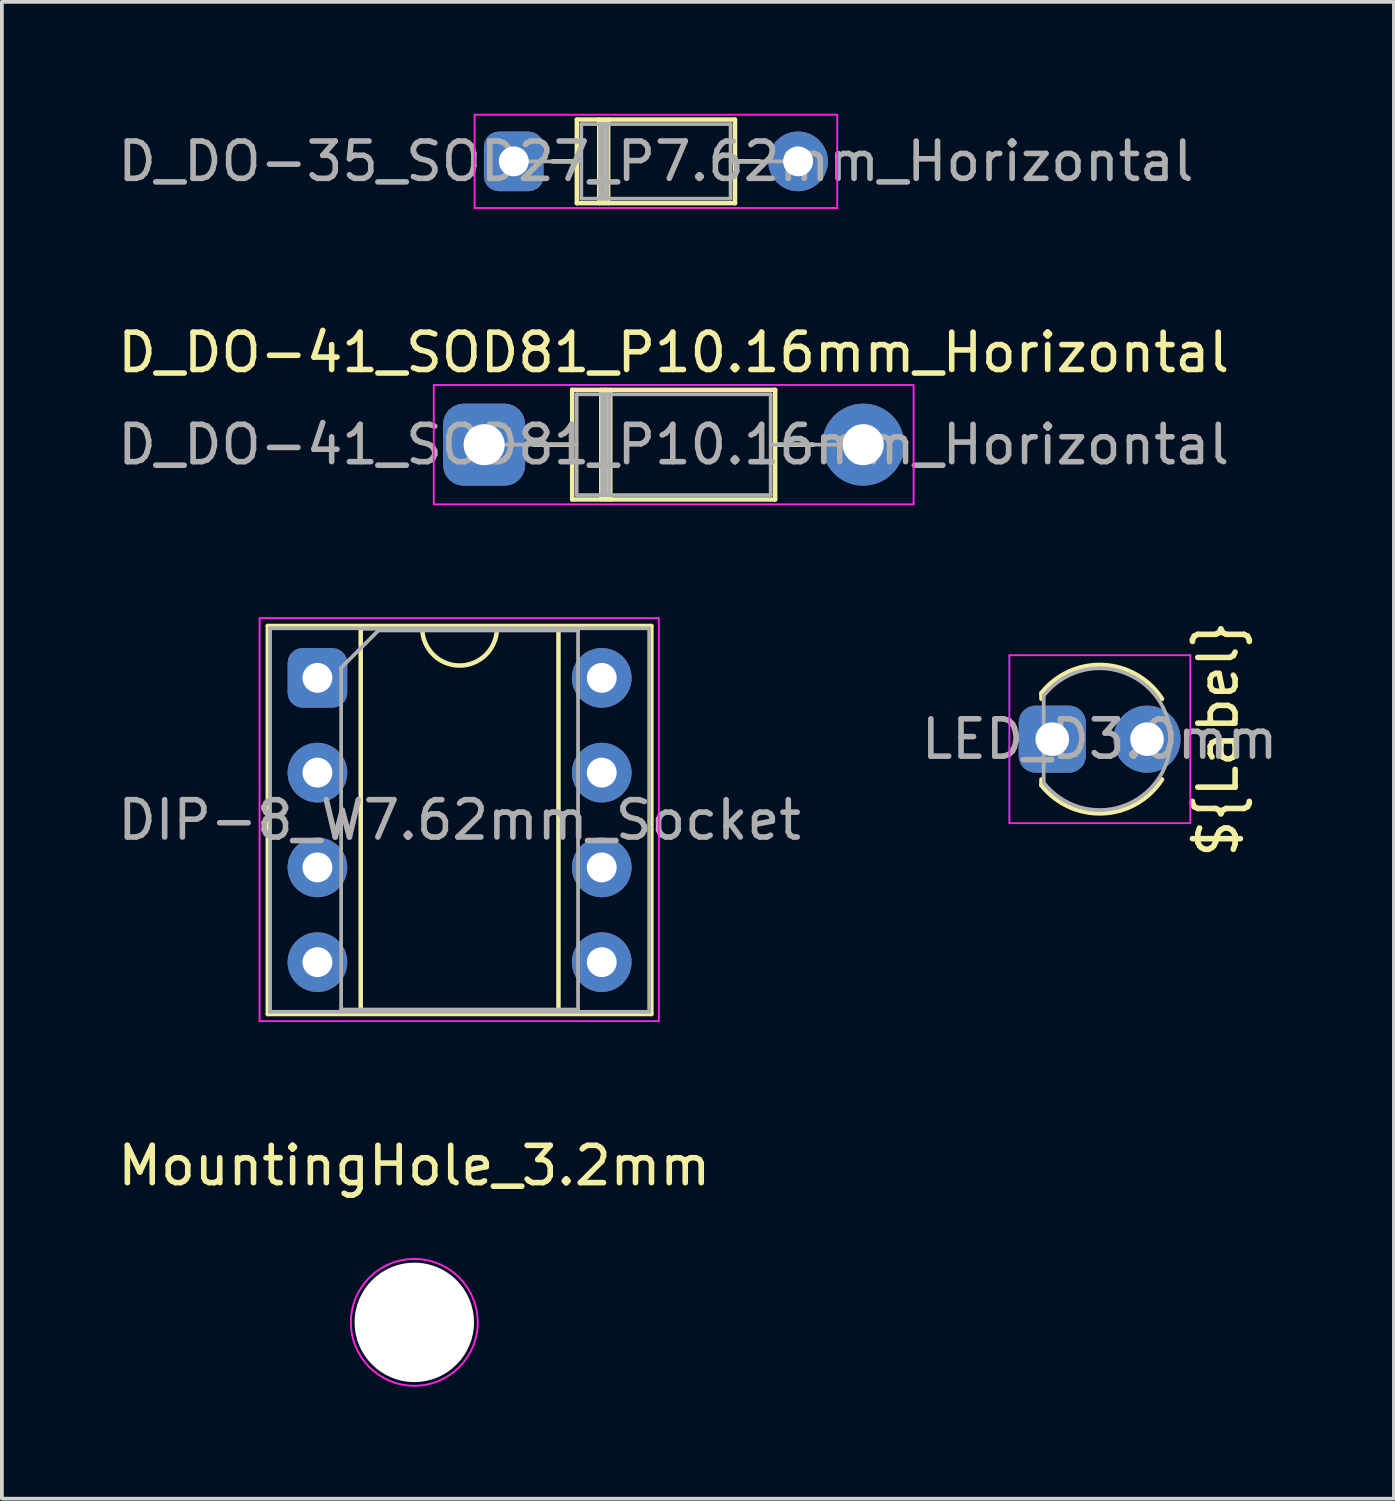
<source format=kicad_pcb>
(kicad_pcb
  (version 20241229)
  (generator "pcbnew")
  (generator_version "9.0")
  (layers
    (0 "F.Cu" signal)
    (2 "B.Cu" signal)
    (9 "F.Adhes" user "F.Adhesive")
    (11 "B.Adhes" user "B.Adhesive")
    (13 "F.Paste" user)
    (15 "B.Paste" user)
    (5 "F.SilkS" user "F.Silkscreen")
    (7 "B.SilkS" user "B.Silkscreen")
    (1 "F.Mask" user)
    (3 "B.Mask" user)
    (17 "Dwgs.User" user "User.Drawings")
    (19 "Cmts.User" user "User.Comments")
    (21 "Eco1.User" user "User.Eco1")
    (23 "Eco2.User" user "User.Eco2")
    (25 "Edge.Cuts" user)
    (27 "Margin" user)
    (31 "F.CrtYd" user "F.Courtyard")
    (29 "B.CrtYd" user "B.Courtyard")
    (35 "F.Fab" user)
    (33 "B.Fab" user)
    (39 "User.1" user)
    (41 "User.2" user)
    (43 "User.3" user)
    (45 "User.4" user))
  (footprint "DIP-8_W7.62mm_Socket"
    (layer "F.Cu")
    (at 5.458 15.118)
    (property "Reference" "DIP-8_W7.62mm_Socket" (at 3.81 3.81 0) (layer "F.Fab") (effects (font (size 1 1) (thickness 0.15))))
    (attr through_hole)
    (fp_line (start -1.33 -1.39) (end -1.33 9.01) (stroke (width 0.12) (type solid)) (layer "F.SilkS"))
    (fp_line (start -1.33 9.01) (end 8.95 9.01) (stroke (width 0.12) (type solid)) (layer "F.SilkS"))
    (fp_line (start 1.16 -1.33) (end 1.16 8.95) (stroke (width 0.12) (type solid)) (layer "F.SilkS"))
    (fp_line (start 1.16 8.95) (end 6.46 8.95) (stroke (width 0.12) (type solid)) (layer "F.SilkS"))
    (fp_line (start 2.81 -1.33) (end 1.16 -1.33) (stroke (width 0.12) (type solid)) (layer "F.SilkS"))
    (fp_line (start 6.46 -1.33) (end 4.81 -1.33) (stroke (width 0.12) (type solid)) (layer "F.SilkS"))
    (fp_line (start 6.46 8.95) (end 6.46 -1.33) (stroke (width 0.12) (type solid)) (layer "F.SilkS"))
    (fp_line (start 8.95 -1.39) (end -1.33 -1.39) (stroke (width 0.12) (type solid)) (layer "F.SilkS"))
    (fp_line (start 8.95 9.01) (end 8.95 -1.39) (stroke (width 0.12) (type solid)) (layer "F.SilkS"))
    (fp_arc (start 4.81 -1.33) (mid 3.81 -0.33) (end 2.81 -1.33) (stroke (width 0.12) (type solid)) (layer "F.SilkS"))
    (fp_line (start -1.55 -1.6) (end -1.55 9.2) (stroke (width 0.05) (type solid)) (layer "F.CrtYd"))
    (fp_line (start -1.55 9.2) (end 9.15 9.2) (stroke (width 0.05) (type solid)) (layer "F.CrtYd"))
    (fp_line (start 9.15 -1.6) (end -1.55 -1.6) (stroke (width 0.05) (type solid)) (layer "F.CrtYd"))
    (fp_line (start 9.15 9.2) (end 9.15 -1.6) (stroke (width 0.05) (type solid)) (layer "F.CrtYd"))
    (fp_line (start -1.27 -1.33) (end -1.27 8.95) (stroke (width 0.1) (type solid)) (layer "F.Fab"))
    (fp_line (start -1.27 8.95) (end 8.89 8.95) (stroke (width 0.1) (type solid)) (layer "F.Fab"))
    (fp_line (start 0.635 -0.27) (end 1.635 -1.27) (stroke (width 0.1) (type solid)) (layer "F.Fab"))
    (fp_line (start 0.635 8.89) (end 0.635 -0.27) (stroke (width 0.1) (type solid)) (layer "F.Fab"))
    (fp_line (start 1.635 -1.27) (end 6.985 -1.27) (stroke (width 0.1) (type solid)) (layer "F.Fab"))
    (fp_line (start 6.985 -1.27) (end 6.985 8.89) (stroke (width 0.1) (type solid)) (layer "F.Fab"))
    (fp_line (start 6.985 8.89) (end 0.635 8.89) (stroke (width 0.1) (type solid)) (layer "F.Fab"))
    (fp_line (start 8.89 -1.33) (end -1.27 -1.33) (stroke (width 0.1) (type solid)) (layer "F.Fab"))
    (fp_line (start 8.89 8.95) (end 8.89 -1.33) (stroke (width 0.1) (type solid)) (layer "F.Fab"))
    (pad "1" thru_hole roundrect (at 0 0) (size 1.6 1.6) (drill 0.8) (layers "*.Cu" "*.Mask") (roundrect_rratio 0.25))
    (pad "2" thru_hole oval (at 0 2.54) (size 1.6 1.6) (drill 0.8) (layers "*.Cu" "*.Mask"))
    (pad "3" thru_hole oval (at 0 5.08) (size 1.6 1.6) (drill 0.8) (layers "*.Cu" "*.Mask"))
    (pad "4" thru_hole oval (at 0 7.62) (size 1.6 1.6) (drill 0.8) (layers "*.Cu" "*.Mask"))
    (pad "5" thru_hole oval (at 7.62 7.62) (size 1.6 1.6) (drill 0.8) (layers "*.Cu" "*.Mask"))
    (pad "6" thru_hole oval (at 7.62 5.08) (size 1.6 1.6) (drill 0.8) (layers "*.Cu" "*.Mask"))
    (pad "7" thru_hole oval (at 7.62 2.54) (size 1.6 1.6) (drill 0.8) (layers "*.Cu" "*.Mask"))
    (pad "8" thru_hole oval (at 7.62 0) (size 1.6 1.6) (drill 0.8) (layers "*.Cu" "*.Mask")))
  (footprint "D_DO-41_SOD81_P10.16mm_Horizontal"
    (layer "F.Cu")
    (at 9.926 8.868)
    (property "Reference" "D_DO-41_SOD81_P10.16mm_Horizontal" (at 5.08 -2.47 0) (layer "F.SilkS") (effects (font (size 1 1) (thickness 0.15))))
    (attr through_hole)
    (fp_line (start 1.34 0) (end 2.36 0) (stroke (width 0.12) (type solid)) (layer "F.SilkS"))
    (fp_line (start 2.36 -1.47) (end 2.36 1.47) (stroke (width 0.12) (type solid)) (layer "F.SilkS"))
    (fp_line (start 2.36 1.47) (end 7.8 1.47) (stroke (width 0.12) (type solid)) (layer "F.SilkS"))
    (fp_line (start 3.14 -1.47) (end 3.14 1.47) (stroke (width 0.12) (type solid)) (layer "F.SilkS"))
    (fp_line (start 3.26 -1.47) (end 3.26 1.47) (stroke (width 0.12) (type solid)) (layer "F.SilkS"))
    (fp_line (start 3.38 -1.47) (end 3.38 1.47) (stroke (width 0.12) (type solid)) (layer "F.SilkS"))
    (fp_line (start 7.8 -1.47) (end 2.36 -1.47) (stroke (width 0.12) (type solid)) (layer "F.SilkS"))
    (fp_line (start 7.8 1.47) (end 7.8 -1.47) (stroke (width 0.12) (type solid)) (layer "F.SilkS"))
    (fp_line (start 8.82 0) (end 7.8 0) (stroke (width 0.12) (type solid)) (layer "F.SilkS"))
    (fp_line (start -1.35 -1.6) (end -1.35 1.6) (stroke (width 0.05) (type solid)) (layer "F.CrtYd"))
    (fp_line (start -1.35 1.6) (end 11.51 1.6) (stroke (width 0.05) (type solid)) (layer "F.CrtYd"))
    (fp_line (start 11.51 -1.6) (end -1.35 -1.6) (stroke (width 0.05) (type solid)) (layer "F.CrtYd"))
    (fp_line (start 11.51 1.6) (end 11.51 -1.6) (stroke (width 0.05) (type solid)) (layer "F.CrtYd"))
    (fp_line (start 0 0) (end 2.48 0) (stroke (width 0.1) (type solid)) (layer "F.Fab"))
    (fp_line (start 2.48 -1.35) (end 2.48 1.35) (stroke (width 0.1) (type solid)) (layer "F.Fab"))
    (fp_line (start 2.48 1.35) (end 7.68 1.35) (stroke (width 0.1) (type solid)) (layer "F.Fab"))
    (fp_line (start 3.16 -1.35) (end 3.16 1.35) (stroke (width 0.1) (type solid)) (layer "F.Fab"))
    (fp_line (start 3.26 -1.35) (end 3.26 1.35) (stroke (width 0.1) (type solid)) (layer "F.Fab"))
    (fp_line (start 3.36 -1.35) (end 3.36 1.35) (stroke (width 0.1) (type solid)) (layer "F.Fab"))
    (fp_line (start 7.68 -1.35) (end 2.48 -1.35) (stroke (width 0.1) (type solid)) (layer "F.Fab"))
    (fp_line (start 7.68 1.35) (end 7.68 -1.35) (stroke (width 0.1) (type solid)) (layer "F.Fab"))
    (fp_line (start 10.16 0) (end 7.68 0) (stroke (width 0.1) (type solid)) (layer "F.Fab"))
    (fp_text user "${REFERENCE}" (at 5.08 0 180) (layer "F.Fab") (effects (font (size 1 1) (thickness 0.15))))
    (pad "1" thru_hole roundrect (at 0 0) (size 2.2 2.2) (drill 1.1) (layers "*.Cu" "*.Mask") (roundrect_rratio 0.25))
    (pad "2" thru_hole oval (at 10.16 0) (size 2.2 2.2) (drill 1.1) (layers "*.Cu" "*.Mask")))
  (footprint "LED_D3.0mm"
    (layer "F.Cu")
    (at 26.423 16.761)
    (property "Reference" "LED_D3.0mm" (at 0 0 0) (layer "F.Fab") (effects (font (size 1 1) (thickness 0.15))))
    (attr through_hole)
    (fp_line (start -1.56 -1.236) (end -1.56 -1.08) (stroke (width 0.12) (type solid)) (layer "F.SilkS"))
    (fp_line (start -1.56 1.08) (end -1.56 1.236) (stroke (width 0.12) (type solid)) (layer "F.SilkS"))
    (fp_arc (start -1.56 -1.235516) (mid 0.096487 -1.987659) (end 1.672335 -1.078608) (stroke (width 0.12) (type solid)) (layer "F.SilkS"))
    (fp_arc (start 1.672335 1.078608) (mid 0.096487 1.987659) (end -1.56 1.235516) (stroke (width 0.12) (type solid)) (layer "F.SilkS"))
    (fp_line (start -2.42 -2.25) (end -2.42 2.25) (stroke (width 0.05) (type solid)) (layer "F.CrtYd"))
    (fp_line (start -2.42 2.25) (end 2.43 2.25) (stroke (width 0.05) (type solid)) (layer "F.CrtYd"))
    (fp_line (start 2.43 -2.25) (end -2.42 -2.25) (stroke (width 0.05) (type solid)) (layer "F.CrtYd"))
    (fp_line (start 2.43 2.25) (end 2.43 -2.25) (stroke (width 0.05) (type solid)) (layer "F.CrtYd"))
    (fp_line (start -1.5 -1.166) (end -1.5 1.166) (stroke (width 0.1) (type solid)) (layer "F.Fab"))
    (fp_arc (start -1.5 -1.16619) (mid 1.9 0.000452) (end -1.500555 1.165476) (stroke (width 0.1) (type solid)) (layer "F.Fab"))
    (fp_text user "${Label}" (at 3.175 0 90) (unlocked yes) (layer "F.SilkS") (effects (font (size 1 1) (thickness 0.15))))
    (pad "1" thru_hole roundrect (at -1.27 0) (size 1.8 1.8) (drill 0.9) (layers "*.Cu" "*.Mask") (roundrect_rratio 0.25))
    (pad "2" thru_hole circle (at 1.27 0) (size 1.8 1.8) (drill 0.9) (layers "*.Cu" "*.Mask")))
  (footprint "D_DO-35_SOD27_P7.62mm_Horizontal"
    (layer "F.Cu")
    (at 10.72 1.275)
    (property "Reference" "D_DO-35_SOD27_P7.62mm_Horizontal" (at 3.81 0 0) (layer "F.Fab") (effects (font (size 1 1) (thickness 0.15))))
    (attr through_hole)
    (fp_line (start 1.04 0) (end 1.69 0) (stroke (width 0.12) (type solid)) (layer "F.SilkS"))
    (fp_line (start 1.69 -1.12) (end 1.69 1.12) (stroke (width 0.12) (type solid)) (layer "F.SilkS"))
    (fp_line (start 1.69 1.12) (end 5.93 1.12) (stroke (width 0.12) (type solid)) (layer "F.SilkS"))
    (fp_line (start 2.29 -1.12) (end 2.29 1.12) (stroke (width 0.12) (type solid)) (layer "F.SilkS"))
    (fp_line (start 2.41 -1.12) (end 2.41 1.12) (stroke (width 0.12) (type solid)) (layer "F.SilkS"))
    (fp_line (start 2.53 -1.12) (end 2.53 1.12) (stroke (width 0.12) (type solid)) (layer "F.SilkS"))
    (fp_line (start 5.93 -1.12) (end 1.69 -1.12) (stroke (width 0.12) (type solid)) (layer "F.SilkS"))
    (fp_line (start 5.93 1.12) (end 5.93 -1.12) (stroke (width 0.12) (type solid)) (layer "F.SilkS"))
    (fp_line (start 6.58 0) (end 5.93 0) (stroke (width 0.12) (type solid)) (layer "F.SilkS"))
    (fp_line (start -1.05 -1.25) (end -1.05 1.25) (stroke (width 0.05) (type solid)) (layer "F.CrtYd"))
    (fp_line (start -1.05 1.25) (end 8.67 1.25) (stroke (width 0.05) (type solid)) (layer "F.CrtYd"))
    (fp_line (start 8.67 -1.25) (end -1.05 -1.25) (stroke (width 0.05) (type solid)) (layer "F.CrtYd"))
    (fp_line (start 8.67 1.25) (end 8.67 -1.25) (stroke (width 0.05) (type solid)) (layer "F.CrtYd"))
    (fp_line (start 0 0) (end 1.81 0) (stroke (width 0.1) (type solid)) (layer "F.Fab"))
    (fp_line (start 1.81 -1) (end 1.81 1) (stroke (width 0.1) (type solid)) (layer "F.Fab"))
    (fp_line (start 1.81 1) (end 5.81 1) (stroke (width 0.1) (type solid)) (layer "F.Fab"))
    (fp_line (start 2.31 -1) (end 2.31 1) (stroke (width 0.1) (type solid)) (layer "F.Fab"))
    (fp_line (start 2.41 -1) (end 2.41 1) (stroke (width 0.1) (type solid)) (layer "F.Fab"))
    (fp_line (start 2.51 -1) (end 2.51 1) (stroke (width 0.1) (type solid)) (layer "F.Fab"))
    (fp_line (start 5.81 -1) (end 1.81 -1) (stroke (width 0.1) (type solid)) (layer "F.Fab"))
    (fp_line (start 5.81 1) (end 5.81 -1) (stroke (width 0.1) (type solid)) (layer "F.Fab"))
    (fp_line (start 7.62 0) (end 5.81 0) (stroke (width 0.1) (type solid)) (layer "F.Fab"))
    (pad "1" thru_hole roundrect (at 0 0) (size 1.6 1.6) (drill 0.8) (layers "*.Cu" "*.Mask") (roundrect_rratio 0.25))
    (pad "2" thru_hole oval (at 7.62 0) (size 1.6 1.6) (drill 0.8) (layers "*.Cu" "*.Mask")))
  (footprint "MountingHole_3.2mm"
    (layer "F.Cu")
    (at 8.054 32.392)
    (property "Reference" "MountingHole_3.2mm" (at 0 -4.2 0) (layer "F.SilkS") (effects (font (size 1 1) (thickness 0.15))))
    (attr board_only exclude_from_pos_files exclude_from_bom)
    (fp_circle (center 0 0) (end 1.7 0) (stroke (width 0.05) (type solid)) (fill no) (layer "F.CrtYd"))
    (pad "" np_thru_hole circle (at 0 0) (size 3.2 3.2) (drill 3.2) (layers "*.Cu" "*.Mask")))
  (gr_rect
    (start -3 -3)
    (end 34.31 37.117)
    (stroke (width 0.1) (type default))
    (fill no)
    (layer "Edge.Cuts")))
</source>
